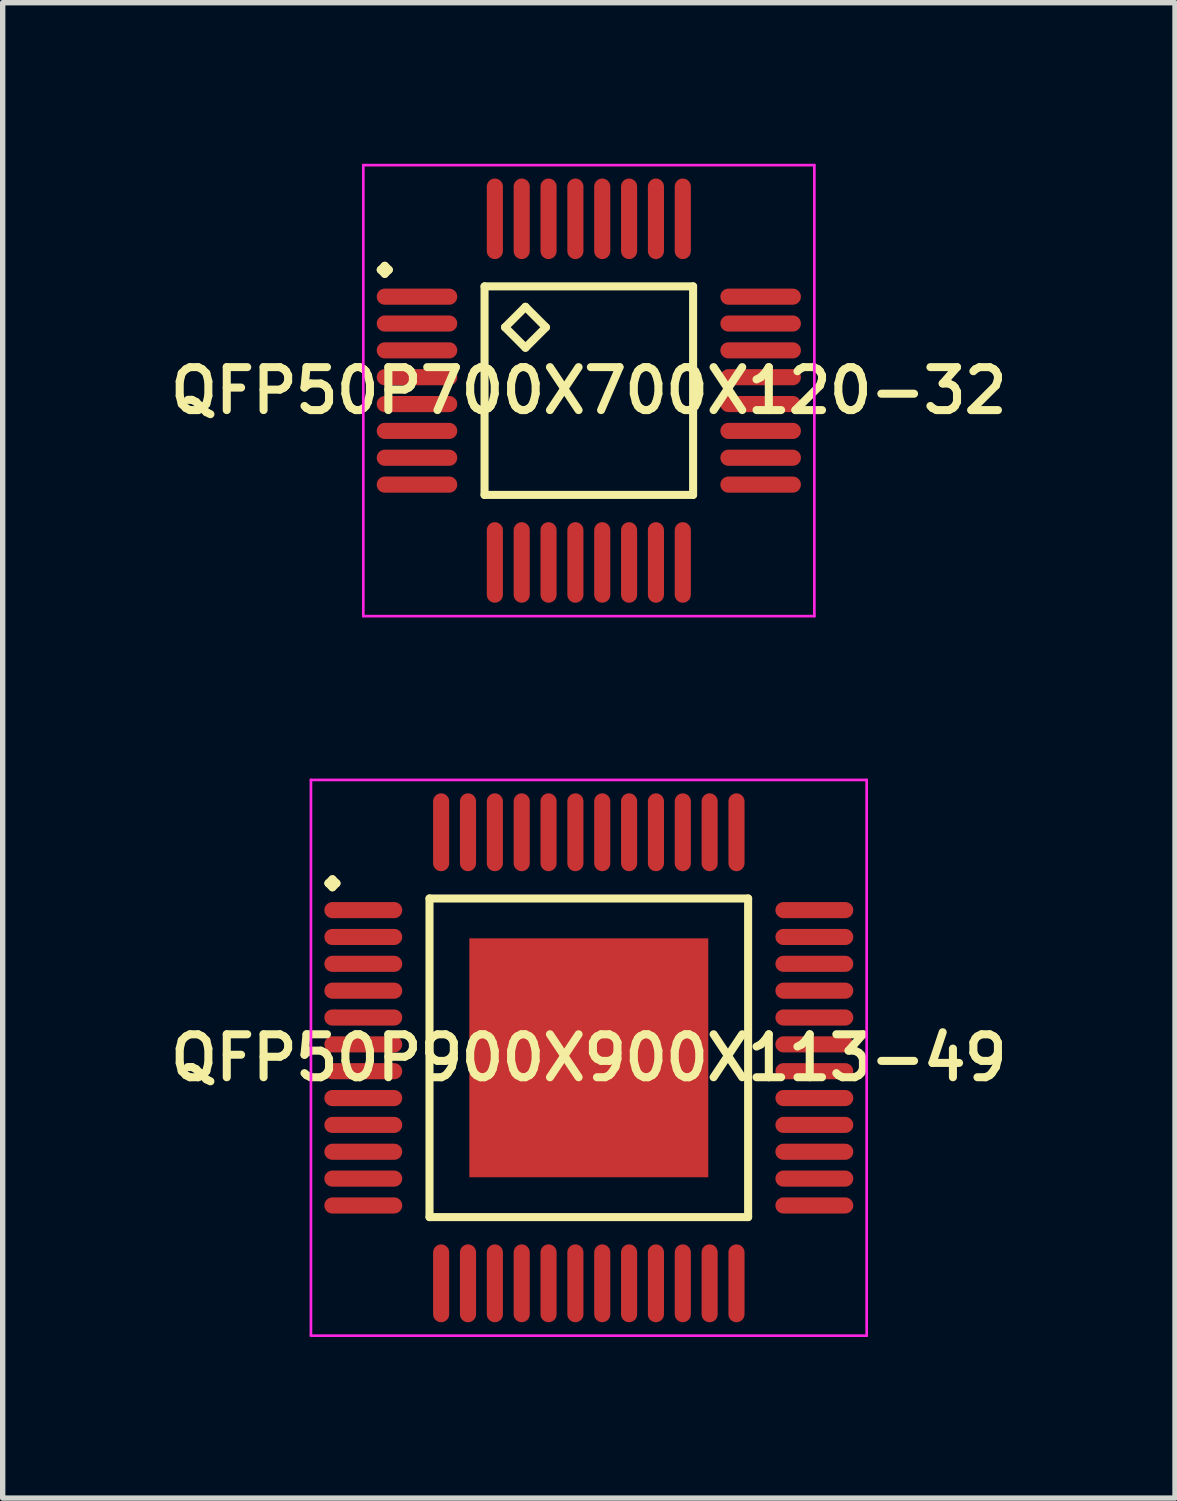
<source format=kicad_pcb>
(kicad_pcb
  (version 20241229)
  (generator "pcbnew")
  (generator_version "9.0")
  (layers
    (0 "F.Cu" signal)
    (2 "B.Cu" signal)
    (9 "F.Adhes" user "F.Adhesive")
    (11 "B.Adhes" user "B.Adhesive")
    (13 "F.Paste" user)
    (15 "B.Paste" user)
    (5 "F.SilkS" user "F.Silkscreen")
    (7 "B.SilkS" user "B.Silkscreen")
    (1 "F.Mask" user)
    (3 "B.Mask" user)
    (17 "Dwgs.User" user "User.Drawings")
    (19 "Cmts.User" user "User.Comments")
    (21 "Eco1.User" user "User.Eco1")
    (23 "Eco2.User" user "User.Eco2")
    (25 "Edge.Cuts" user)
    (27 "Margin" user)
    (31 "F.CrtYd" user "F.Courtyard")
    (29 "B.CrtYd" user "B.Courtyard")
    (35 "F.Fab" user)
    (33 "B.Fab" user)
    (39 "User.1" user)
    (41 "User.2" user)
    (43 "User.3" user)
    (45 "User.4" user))
  (footprint "QFP50P700X700X120-32"
    (layer "F.Cu")
    (at 7.916 4.225)
    (property "Reference" "QFP50P700X700X120-32" (at 0 0 0) (layer "F.SilkS") (effects (font (size 0.8 0.8) (thickness 0.15))))
    (attr smd)
    (fp_line (start -3.875 -2.25) (end -3.8 -2.325) (stroke (width 0.15) (type solid)) (layer "F.SilkS"))
    (fp_line (start -3.8 -2.325) (end -3.725 -2.25) (stroke (width 0.15) (type solid)) (layer "F.SilkS"))
    (fp_line (start -3.8 -2.175) (end -3.875 -2.25) (stroke (width 0.15) (type solid)) (layer "F.SilkS"))
    (fp_line (start -3.725 -2.25) (end -3.8 -2.175) (stroke (width 0.15) (type solid)) (layer "F.SilkS"))
    (fp_line (start -1.942 -1.942) (end -1.942 1.942) (stroke (width 0.15) (type solid)) (layer "F.SilkS"))
    (fp_line (start -1.942 1.942) (end 1.942 1.942) (stroke (width 0.15) (type solid)) (layer "F.SilkS"))
    (fp_line (start -1.561 -1.18) (end -1.18 -1.561) (stroke (width 0.15) (type solid)) (layer "F.SilkS"))
    (fp_line (start -1.18 -1.561) (end -0.799 -1.18) (stroke (width 0.15) (type solid)) (layer "F.SilkS"))
    (fp_line (start -1.18 -0.799) (end -1.561 -1.18) (stroke (width 0.15) (type solid)) (layer "F.SilkS"))
    (fp_line (start -0.799 -1.18) (end -1.18 -0.799) (stroke (width 0.15) (type solid)) (layer "F.SilkS"))
    (fp_line (start 1.942 -1.942) (end -1.942 -1.942) (stroke (width 0.15) (type solid)) (layer "F.SilkS"))
    (fp_line (start 1.942 1.942) (end 1.942 -1.942) (stroke (width 0.15) (type solid)) (layer "F.SilkS"))
    (fp_line (start -4.2 -4.2) (end 4.2 -4.2) (stroke (width 0.05) (type solid)) (layer "F.CrtYd"))
    (fp_line (start -4.2 4.2) (end -4.2 -4.2) (stroke (width 0.05) (type solid)) (layer "F.CrtYd"))
    (fp_line (start 4.2 -4.2) (end 4.2 4.2) (stroke (width 0.05) (type solid)) (layer "F.CrtYd"))
    (fp_line (start 4.2 4.2) (end -4.2 4.2) (stroke (width 0.05) (type solid)) (layer "F.CrtYd"))
    (pad "1" smd oval (at -3.2 -1.75) (size 1.5 0.3) (layers "F.Cu" "F.Mask" "F.Paste"))
    (pad "2" smd oval (at -3.2 -1.25) (size 1.5 0.3) (layers "F.Cu" "F.Mask" "F.Paste"))
    (pad "3" smd oval (at -3.2 -0.75) (size 1.5 0.3) (layers "F.Cu" "F.Mask" "F.Paste"))
    (pad "4" smd oval (at -3.2 -0.25) (size 1.5 0.3) (layers "F.Cu" "F.Mask" "F.Paste"))
    (pad "5" smd oval (at -3.2 0.25) (size 1.5 0.3) (layers "F.Cu" "F.Mask" "F.Paste"))
    (pad "6" smd oval (at -3.2 0.75) (size 1.5 0.3) (layers "F.Cu" "F.Mask" "F.Paste"))
    (pad "7" smd oval (at -3.2 1.25) (size 1.5 0.3) (layers "F.Cu" "F.Mask" "F.Paste"))
    (pad "8" smd oval (at -3.2 1.75) (size 1.5 0.3) (layers "F.Cu" "F.Mask" "F.Paste"))
    (pad "9" smd oval (at -1.75 3.2) (size 0.3 1.5) (layers "F.Cu" "F.Mask" "F.Paste"))
    (pad "10" smd oval (at -1.25 3.2) (size 0.3 1.5) (layers "F.Cu" "F.Mask" "F.Paste"))
    (pad "11" smd oval (at -0.75 3.2) (size 0.3 1.5) (layers "F.Cu" "F.Mask" "F.Paste"))
    (pad "12" smd oval (at -0.25 3.2) (size 0.3 1.5) (layers "F.Cu" "F.Mask" "F.Paste"))
    (pad "13" smd oval (at 0.25 3.2) (size 0.3 1.5) (layers "F.Cu" "F.Mask" "F.Paste"))
    (pad "14" smd oval (at 0.75 3.2) (size 0.3 1.5) (layers "F.Cu" "F.Mask" "F.Paste"))
    (pad "15" smd oval (at 1.25 3.2) (size 0.3 1.5) (layers "F.Cu" "F.Mask" "F.Paste"))
    (pad "16" smd oval (at 1.75 3.2) (size 0.3 1.5) (layers "F.Cu" "F.Mask" "F.Paste"))
    (pad "17" smd oval (at 3.2 1.75) (size 1.5 0.3) (layers "F.Cu" "F.Mask" "F.Paste"))
    (pad "18" smd oval (at 3.2 1.25) (size 1.5 0.3) (layers "F.Cu" "F.Mask" "F.Paste"))
    (pad "19" smd oval (at 3.2 0.75) (size 1.5 0.3) (layers "F.Cu" "F.Mask" "F.Paste"))
    (pad "20" smd oval (at 3.2 0.25) (size 1.5 0.3) (layers "F.Cu" "F.Mask" "F.Paste"))
    (pad "21" smd oval (at 3.2 -0.25) (size 1.5 0.3) (layers "F.Cu" "F.Mask" "F.Paste"))
    (pad "22" smd oval (at 3.2 -0.75) (size 1.5 0.3) (layers "F.Cu" "F.Mask" "F.Paste"))
    (pad "23" smd oval (at 3.2 -1.25) (size 1.5 0.3) (layers "F.Cu" "F.Mask" "F.Paste"))
    (pad "24" smd oval (at 3.2 -1.75) (size 1.5 0.3) (layers "F.Cu" "F.Mask" "F.Paste"))
    (pad "25" smd oval (at 1.75 -3.2) (size 0.3 1.5) (layers "F.Cu" "F.Mask" "F.Paste"))
    (pad "26" smd oval (at 1.25 -3.2) (size 0.3 1.5) (layers "F.Cu" "F.Mask" "F.Paste"))
    (pad "27" smd oval (at 0.75 -3.2) (size 0.3 1.5) (layers "F.Cu" "F.Mask" "F.Paste"))
    (pad "28" smd oval (at 0.25 -3.2) (size 0.3 1.5) (layers "F.Cu" "F.Mask" "F.Paste"))
    (pad "29" smd oval (at -0.25 -3.2) (size 0.3 1.5) (layers "F.Cu" "F.Mask" "F.Paste"))
    (pad "30" smd oval (at -0.75 -3.2) (size 0.3 1.5) (layers "F.Cu" "F.Mask" "F.Paste"))
    (pad "31" smd oval (at -1.25 -3.2) (size 0.3 1.5) (layers "F.Cu" "F.Mask" "F.Paste"))
    (pad "32" smd oval (at -1.75 -3.2) (size 0.3 1.5) (layers "F.Cu" "F.Mask" "F.Paste")))
  (footprint "QFP50P900X900X113-49"
    (layer "F.Cu")
    (at 7.916 16.65)
    (property "Reference" "QFP50P900X900X113-49" (at 0 0 0) (layer "F.SilkS") (effects (font (size 0.8 0.8) (thickness 0.15))))
    (attr smd)
    (fp_line (start -4.85 -3.25) (end -4.775 -3.325) (stroke (width 0.15) (type solid)) (layer "F.SilkS"))
    (fp_line (start -4.775 -3.325) (end -4.7 -3.25) (stroke (width 0.15) (type solid)) (layer "F.SilkS"))
    (fp_line (start -4.775 -3.175) (end -4.85 -3.25) (stroke (width 0.15) (type solid)) (layer "F.SilkS"))
    (fp_line (start -4.7 -3.25) (end -4.775 -3.175) (stroke (width 0.15) (type solid)) (layer "F.SilkS"))
    (fp_line (start -2.967 -2.967) (end -2.967 2.967) (stroke (width 0.15) (type solid)) (layer "F.SilkS"))
    (fp_line (start -2.967 2.967) (end 2.967 2.967) (stroke (width 0.15) (type solid)) (layer "F.SilkS"))
    (fp_line (start 2.967 -2.967) (end -2.967 -2.967) (stroke (width 0.15) (type solid)) (layer "F.SilkS"))
    (fp_line (start 2.967 2.967) (end 2.967 -2.967) (stroke (width 0.15) (type solid)) (layer "F.SilkS"))
    (fp_line (start -5.175 -5.175) (end 5.175 -5.175) (stroke (width 0.05) (type solid)) (layer "F.CrtYd"))
    (fp_line (start -5.175 5.175) (end -5.175 -5.175) (stroke (width 0.05) (type solid)) (layer "F.CrtYd"))
    (fp_line (start 5.175 -5.175) (end 5.175 5.175) (stroke (width 0.05) (type solid)) (layer "F.CrtYd"))
    (fp_line (start 5.175 5.175) (end -5.175 5.175) (stroke (width 0.05) (type solid)) (layer "F.CrtYd"))
    (pad "1" smd oval (at -4.2 -2.75) (size 1.45 0.3) (layers "F.Cu" "F.Mask" "F.Paste"))
    (pad "2" smd oval (at -4.2 -2.25) (size 1.45 0.3) (layers "F.Cu" "F.Mask" "F.Paste"))
    (pad "3" smd oval (at -4.2 -1.75) (size 1.45 0.3) (layers "F.Cu" "F.Mask" "F.Paste"))
    (pad "4" smd oval (at -4.2 -1.25) (size 1.45 0.3) (layers "F.Cu" "F.Mask" "F.Paste"))
    (pad "5" smd oval (at -4.2 -0.75) (size 1.45 0.3) (layers "F.Cu" "F.Mask" "F.Paste"))
    (pad "6" smd oval (at -4.2 -0.25) (size 1.45 0.3) (layers "F.Cu" "F.Mask" "F.Paste"))
    (pad "7" smd oval (at -4.2 0.25) (size 1.45 0.3) (layers "F.Cu" "F.Mask" "F.Paste"))
    (pad "8" smd oval (at -4.2 0.75) (size 1.45 0.3) (layers "F.Cu" "F.Mask" "F.Paste"))
    (pad "9" smd oval (at -4.2 1.25) (size 1.45 0.3) (layers "F.Cu" "F.Mask" "F.Paste"))
    (pad "10" smd oval (at -4.2 1.75) (size 1.45 0.3) (layers "F.Cu" "F.Mask" "F.Paste"))
    (pad "11" smd oval (at -4.2 2.25) (size 1.45 0.3) (layers "F.Cu" "F.Mask" "F.Paste"))
    (pad "12" smd oval (at -4.2 2.75) (size 1.45 0.3) (layers "F.Cu" "F.Mask" "F.Paste"))
    (pad "13" smd oval (at -2.75 4.2) (size 0.3 1.45) (layers "F.Cu" "F.Mask" "F.Paste"))
    (pad "14" smd oval (at -2.25 4.2) (size 0.3 1.45) (layers "F.Cu" "F.Mask" "F.Paste"))
    (pad "15" smd oval (at -1.75 4.2) (size 0.3 1.45) (layers "F.Cu" "F.Mask" "F.Paste"))
    (pad "16" smd oval (at -1.25 4.2) (size 0.3 1.45) (layers "F.Cu" "F.Mask" "F.Paste"))
    (pad "17" smd oval (at -0.75 4.2) (size 0.3 1.45) (layers "F.Cu" "F.Mask" "F.Paste"))
    (pad "18" smd oval (at -0.25 4.2) (size 0.3 1.45) (layers "F.Cu" "F.Mask" "F.Paste"))
    (pad "19" smd oval (at 0.25 4.2) (size 0.3 1.45) (layers "F.Cu" "F.Mask" "F.Paste"))
    (pad "20" smd oval (at 0.75 4.2) (size 0.3 1.45) (layers "F.Cu" "F.Mask" "F.Paste"))
    (pad "21" smd oval (at 1.25 4.2) (size 0.3 1.45) (layers "F.Cu" "F.Mask" "F.Paste"))
    (pad "22" smd oval (at 1.75 4.2) (size 0.3 1.45) (layers "F.Cu" "F.Mask" "F.Paste"))
    (pad "23" smd oval (at 2.25 4.2) (size 0.3 1.45) (layers "F.Cu" "F.Mask" "F.Paste"))
    (pad "24" smd oval (at 2.75 4.2) (size 0.3 1.45) (layers "F.Cu" "F.Mask" "F.Paste"))
    (pad "25" smd oval (at 4.2 2.75) (size 1.45 0.3) (layers "F.Cu" "F.Mask" "F.Paste"))
    (pad "26" smd oval (at 4.2 2.25) (size 1.45 0.3) (layers "F.Cu" "F.Mask" "F.Paste"))
    (pad "27" smd oval (at 4.2 1.75) (size 1.45 0.3) (layers "F.Cu" "F.Mask" "F.Paste"))
    (pad "28" smd oval (at 4.2 1.25) (size 1.45 0.3) (layers "F.Cu" "F.Mask" "F.Paste"))
    (pad "29" smd oval (at 4.2 0.75) (size 1.45 0.3) (layers "F.Cu" "F.Mask" "F.Paste"))
    (pad "30" smd oval (at 4.2 0.25) (size 1.45 0.3) (layers "F.Cu" "F.Mask" "F.Paste"))
    (pad "31" smd oval (at 4.2 -0.25) (size 1.45 0.3) (layers "F.Cu" "F.Mask" "F.Paste"))
    (pad "32" smd oval (at 4.2 -0.75) (size 1.45 0.3) (layers "F.Cu" "F.Mask" "F.Paste"))
    (pad "33" smd oval (at 4.2 -1.25) (size 1.45 0.3) (layers "F.Cu" "F.Mask" "F.Paste"))
    (pad "34" smd oval (at 4.2 -1.75) (size 1.45 0.3) (layers "F.Cu" "F.Mask" "F.Paste"))
    (pad "35" smd oval (at 4.2 -2.25) (size 1.45 0.3) (layers "F.Cu" "F.Mask" "F.Paste"))
    (pad "36" smd oval (at 4.2 -2.75) (size 1.45 0.3) (layers "F.Cu" "F.Mask" "F.Paste"))
    (pad "37" smd oval (at 2.75 -4.2) (size 0.3 1.45) (layers "F.Cu" "F.Mask" "F.Paste"))
    (pad "38" smd oval (at 2.25 -4.2) (size 0.3 1.45) (layers "F.Cu" "F.Mask" "F.Paste"))
    (pad "39" smd oval (at 1.75 -4.2) (size 0.3 1.45) (layers "F.Cu" "F.Mask" "F.Paste"))
    (pad "40" smd oval (at 1.25 -4.2) (size 0.3 1.45) (layers "F.Cu" "F.Mask" "F.Paste"))
    (pad "41" smd oval (at 0.75 -4.2) (size 0.3 1.45) (layers "F.Cu" "F.Mask" "F.Paste"))
    (pad "42" smd oval (at 0.25 -4.2) (size 0.3 1.45) (layers "F.Cu" "F.Mask" "F.Paste"))
    (pad "43" smd oval (at -0.25 -4.2) (size 0.3 1.45) (layers "F.Cu" "F.Mask" "F.Paste"))
    (pad "44" smd oval (at -0.75 -4.2) (size 0.3 1.45) (layers "F.Cu" "F.Mask" "F.Paste"))
    (pad "45" smd oval (at -1.25 -4.2) (size 0.3 1.45) (layers "F.Cu" "F.Mask" "F.Paste"))
    (pad "46" smd oval (at -1.75 -4.2) (size 0.3 1.45) (layers "F.Cu" "F.Mask" "F.Paste"))
    (pad "47" smd oval (at -2.25 -4.2) (size 0.3 1.45) (layers "F.Cu" "F.Mask" "F.Paste"))
    (pad "48" smd oval (at -2.75 -4.2) (size 0.3 1.45) (layers "F.Cu" "F.Mask" "F.Paste"))
    (pad "49" smd rect (at 0 0) (size 4.45 4.45) (layers "F.Cu" "F.Mask" "F.Paste")))
  (gr_rect
    (start -3 -3)
    (end 18.833 24.85)
    (stroke (width 0.1) (type default))
    (fill no)
    (layer "Edge.Cuts")))
</source>
